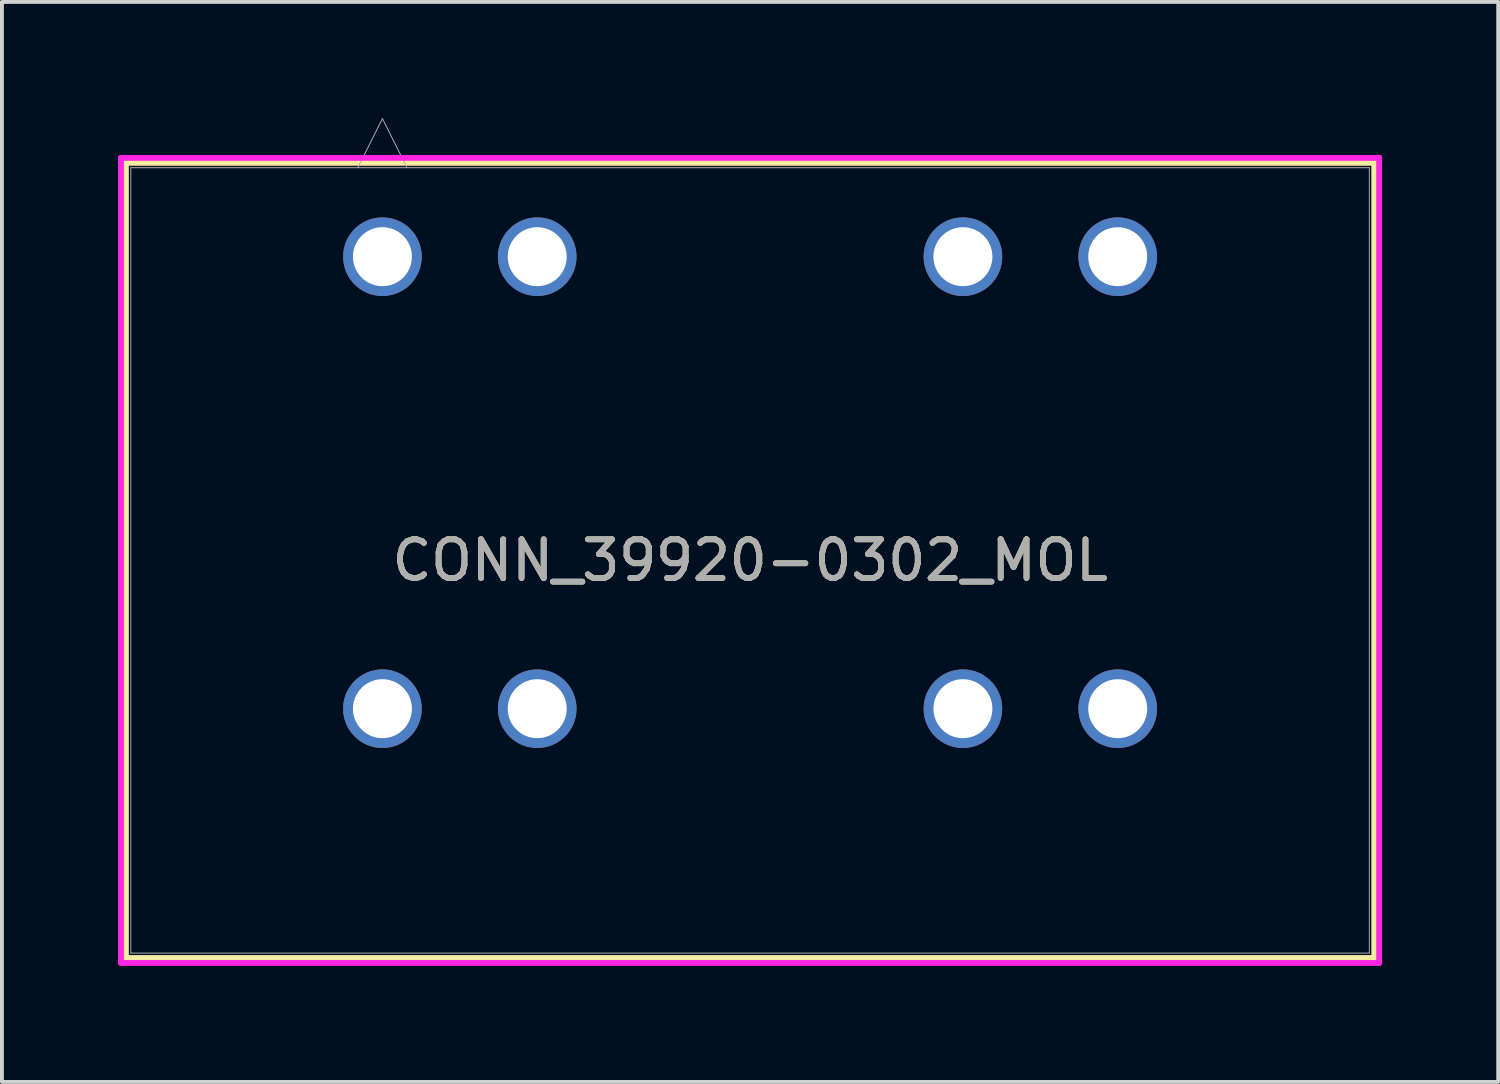
<source format=kicad_pcb>
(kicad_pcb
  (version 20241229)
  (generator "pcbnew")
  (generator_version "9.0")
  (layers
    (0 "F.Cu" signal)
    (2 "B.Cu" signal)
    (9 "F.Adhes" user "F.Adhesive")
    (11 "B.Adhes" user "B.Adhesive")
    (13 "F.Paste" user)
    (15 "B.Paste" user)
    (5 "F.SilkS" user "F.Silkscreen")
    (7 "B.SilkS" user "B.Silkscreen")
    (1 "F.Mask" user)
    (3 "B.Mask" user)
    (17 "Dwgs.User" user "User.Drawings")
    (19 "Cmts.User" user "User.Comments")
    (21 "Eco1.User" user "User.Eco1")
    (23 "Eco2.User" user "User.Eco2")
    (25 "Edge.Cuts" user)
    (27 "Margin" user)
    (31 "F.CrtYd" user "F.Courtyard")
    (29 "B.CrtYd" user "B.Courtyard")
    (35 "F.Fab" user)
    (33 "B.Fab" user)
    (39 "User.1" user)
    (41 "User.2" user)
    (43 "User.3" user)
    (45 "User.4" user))
  (footprint "CONN_39920-0302_MOL"
    (layer "F.Cu")
    (at 6.832 3.583)
    (property "Reference" "CONN_39920-0302_MOL" (at 9.5 7.847 0) (unlocked yes) (layer "F.SilkS") (effects (font (size 1 1) (thickness 0.15))))
    (attr through_hole)
    (fp_line (start -6.629 -2.427) (end -6.629 18.122) (stroke (width 0.152) (type solid)) (layer "F.SilkS"))
    (fp_line (start -6.629 18.122) (end 25.629 18.122) (stroke (width 0.152) (type solid)) (layer "F.SilkS"))
    (fp_line (start 25.629 -2.427) (end -6.629 -2.427) (stroke (width 0.152) (type solid)) (layer "F.SilkS"))
    (fp_line (start 25.629 18.122) (end 25.629 -2.427) (stroke (width 0.152) (type solid)) (layer "F.SilkS"))
    (fp_line (start -6.756 -2.554) (end -6.756 18.249) (stroke (width 0.152) (type solid)) (layer "F.CrtYd"))
    (fp_line (start -6.756 18.249) (end 25.756 18.249) (stroke (width 0.152) (type solid)) (layer "F.CrtYd"))
    (fp_line (start 25.756 -2.554) (end -6.756 -2.554) (stroke (width 0.152) (type solid)) (layer "F.CrtYd"))
    (fp_line (start 25.756 -2.554) (end 25.756 18.249) (stroke (width 0.152) (type solid)) (layer "F.CrtYd"))
    (fp_line (start -6.502 -2.3) (end -6.502 17.995) (stroke (width 0.025) (type solid)) (layer "F.Fab"))
    (fp_line (start -6.502 17.995) (end 25.502 17.995) (stroke (width 0.025) (type solid)) (layer "F.Fab"))
    (fp_line (start -0.635 -2.3) (end 0 -3.57) (stroke (width 0.025) (type solid)) (layer "F.Fab"))
    (fp_line (start 0.635 -2.3) (end 0 -3.57) (stroke (width 0.025) (type solid)) (layer "F.Fab"))
    (fp_line (start 25.502 -2.3) (end -6.502 -2.3) (stroke (width 0.025) (type solid)) (layer "F.Fab"))
    (fp_line (start 25.502 17.995) (end 25.502 -2.3) (stroke (width 0.025) (type solid)) (layer "F.Fab"))
    (fp_text user "${REFERENCE}" (at 9.5 7.847 0) (unlocked yes) (layer "F.Fab") (effects (font (size 1 1) (thickness 0.15))))
    (pad "1" thru_hole circle (at 0 0) (size 2.032 2.032) (drill 1.524) (layers "*.Cu" "*.Mask"))
    (pad "2" thru_hole circle (at 4 0) (size 2.032 2.032) (drill 1.524) (layers "*.Cu" "*.Mask"))
    (pad "3" thru_hole circle (at 0 11.68) (size 2.032 2.032) (drill 1.524) (layers "*.Cu" "*.Mask"))
    (pad "4" thru_hole circle (at 4 11.68) (size 2.032 2.032) (drill 1.524) (layers "*.Cu" "*.Mask"))
    (pad "5" thru_hole circle (at 15 0) (size 2.032 2.032) (drill 1.524) (layers "*.Cu" "*.Mask"))
    (pad "6" thru_hole circle (at 19 0) (size 2.032 2.032) (drill 1.524) (layers "*.Cu" "*.Mask"))
    (pad "7" thru_hole circle (at 15 11.68) (size 2.032 2.032) (drill 1.524) (layers "*.Cu" "*.Mask"))
    (pad "8" thru_hole circle (at 19 11.68) (size 2.032 2.032) (drill 1.524) (layers "*.Cu" "*.Mask")))
  (gr_rect
    (start -3 -3)
    (end 35.664 24.907)
    (stroke (width 0.1) (type default))
    (fill no)
    (layer "Edge.Cuts")))
</source>
